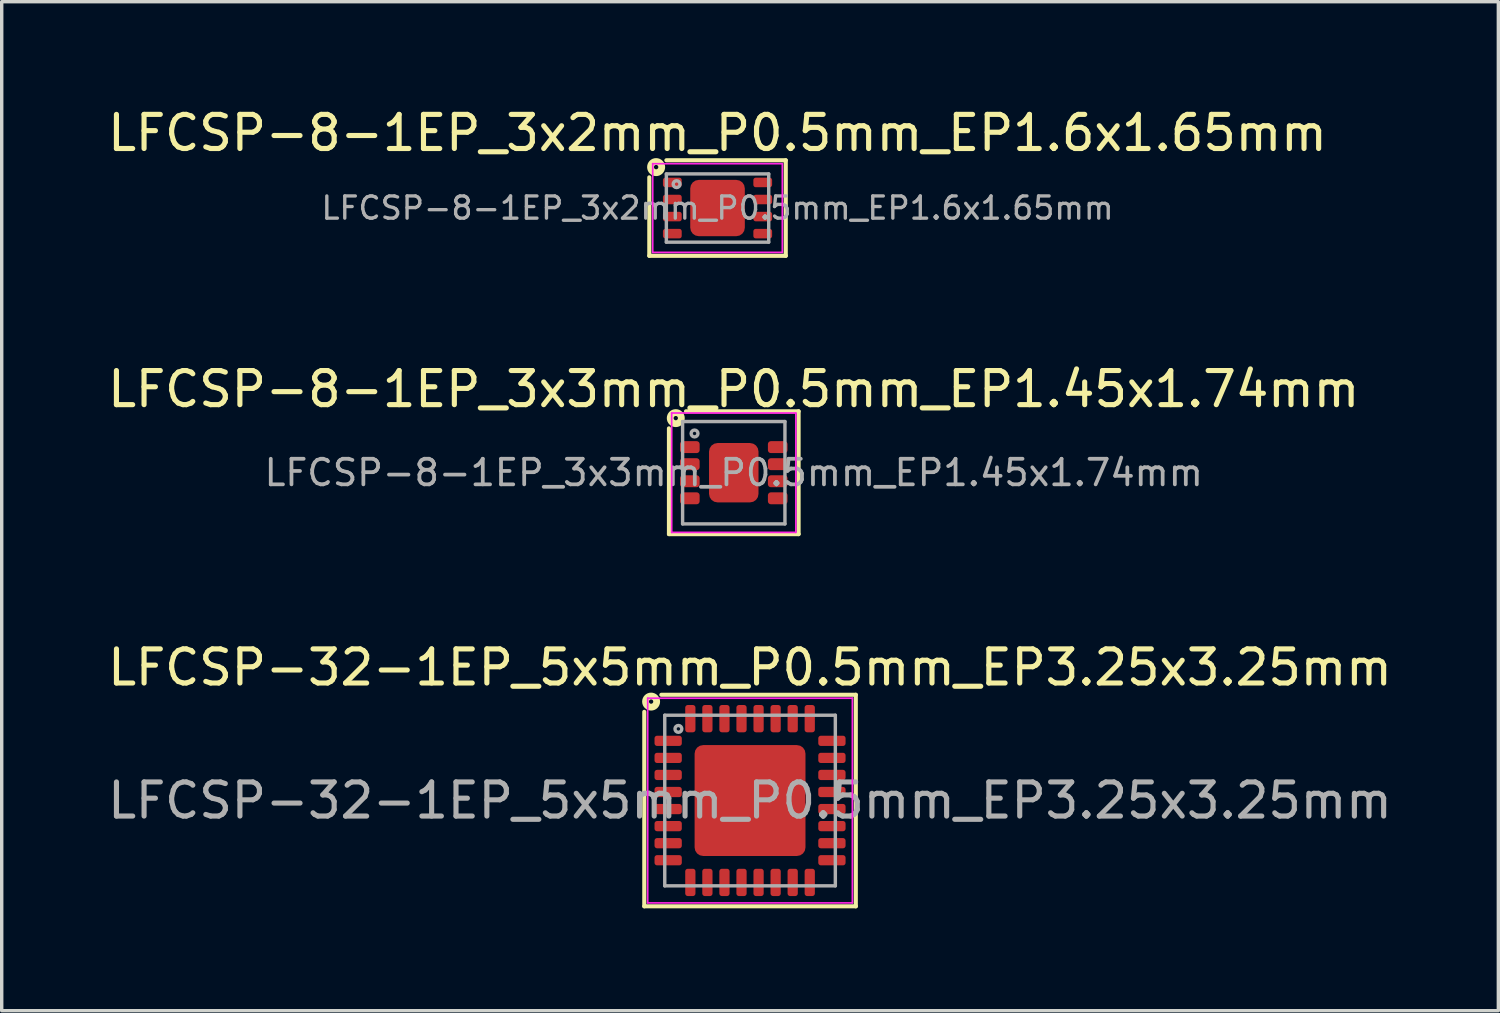
<source format=kicad_pcb>
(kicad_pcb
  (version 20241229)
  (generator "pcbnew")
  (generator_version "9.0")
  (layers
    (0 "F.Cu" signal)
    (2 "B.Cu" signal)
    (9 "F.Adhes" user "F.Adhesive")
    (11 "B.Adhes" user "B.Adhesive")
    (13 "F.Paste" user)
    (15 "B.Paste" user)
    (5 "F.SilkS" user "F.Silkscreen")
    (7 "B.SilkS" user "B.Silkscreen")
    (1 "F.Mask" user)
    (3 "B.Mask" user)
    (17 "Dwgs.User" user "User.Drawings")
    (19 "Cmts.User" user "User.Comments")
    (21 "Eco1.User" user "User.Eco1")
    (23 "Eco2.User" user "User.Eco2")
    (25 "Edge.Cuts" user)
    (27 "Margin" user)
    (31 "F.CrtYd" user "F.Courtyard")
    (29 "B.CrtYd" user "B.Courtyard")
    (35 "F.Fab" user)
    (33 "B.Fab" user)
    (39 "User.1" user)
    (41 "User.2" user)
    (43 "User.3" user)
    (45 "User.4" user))
  (footprint "LFCSP-8-1EP_3x3mm_P0.5mm_EP1.45x1.74mm"
    (layer "F.Cu")
    (at 18.458 10.806)
    (property "Reference" "LFCSP-8-1EP_3x3mm_P0.5mm_EP1.45x1.74mm" (at 0 -2.45 0) (layer "F.SilkS") (effects (font (size 1 1) (thickness 0.15))))
    (attr smd)
    (fp_line (start -1.9 1.8) (end -1.9 -1.3) (stroke (width 0.12) (type solid)) (layer "F.SilkS"))
    (fp_line (start 1.9 -1.8) (end -1.4 -1.8) (stroke (width 0.12) (type solid)) (layer "F.SilkS"))
    (fp_line (start 1.9 -1.8) (end 1.9 1.8) (stroke (width 0.12) (type solid)) (layer "F.SilkS"))
    (fp_line (start 1.9 1.8) (end -1.9 1.8) (stroke (width 0.12) (type solid)) (layer "F.SilkS"))
    (fp_circle (center -1.7 -1.6) (end -1.637 -1.6) (stroke (width 0.2) (type solid)) (fill no) (layer "F.SilkS"))
    (fp_line (start -1.82 -1.75) (end -1.82 1.75) (stroke (width 0.05) (type solid)) (layer "F.CrtYd"))
    (fp_line (start -1.82 1.75) (end 1.82 1.75) (stroke (width 0.05) (type solid)) (layer "F.CrtYd"))
    (fp_line (start 1.82 -1.75) (end -1.82 -1.75) (stroke (width 0.05) (type solid)) (layer "F.CrtYd"))
    (fp_line (start 1.82 1.75) (end 1.82 -1.75) (stroke (width 0.05) (type solid)) (layer "F.CrtYd"))
    (fp_line (start -1.5 -1.5) (end 1.5 -1.5) (stroke (width 0.1) (type solid)) (layer "F.Fab"))
    (fp_line (start -1.5 1.5) (end -1.5 -1.5) (stroke (width 0.1) (type solid)) (layer "F.Fab"))
    (fp_line (start 1.5 -1.5) (end 1.5 1.5) (stroke (width 0.1) (type solid)) (layer "F.Fab"))
    (fp_line (start 1.5 1.5) (end -1.5 1.5) (stroke (width 0.1) (type solid)) (layer "F.Fab"))
    (fp_circle (center -1.15 -1.15) (end -1.05 -1.15) (stroke (width 0.1) (type solid)) (fill no) (layer "F.Fab"))
    (fp_text user "${REFERENCE}" (at 0 0 0) (layer "F.Fab") (effects (font (size 0.75 0.75) (thickness 0.11))))
    (pad "" smd roundrect (at -0.365 -0.435) (size 0.58 0.7) (layers "F.Paste") (roundrect_rratio 0.25))
    (pad "" smd roundrect (at -0.365 0.435) (size 0.58 0.7) (layers "F.Paste") (roundrect_rratio 0.25))
    (pad "" smd roundrect (at 0.365 -0.435) (size 0.58 0.7) (layers "F.Paste") (roundrect_rratio 0.25))
    (pad "" smd roundrect (at 0.365 0.435) (size 0.58 0.7) (layers "F.Paste") (roundrect_rratio 0.25))
    (pad "1" smd roundrect (at -1.288 -0.75) (size 0.575 0.35) (layers "F.Cu" "F.Mask" "F.Paste") (roundrect_rratio 0.25))
    (pad "2" smd roundrect (at -1.288 -0.25) (size 0.575 0.35) (layers "F.Cu" "F.Mask" "F.Paste") (roundrect_rratio 0.25))
    (pad "3" smd roundrect (at -1.288 0.25) (size 0.575 0.35) (layers "F.Cu" "F.Mask" "F.Paste") (roundrect_rratio 0.25))
    (pad "4" smd roundrect (at -1.288 0.75) (size 0.575 0.35) (layers "F.Cu" "F.Mask" "F.Paste") (roundrect_rratio 0.25))
    (pad "5" smd roundrect (at 1.288 0.75) (size 0.575 0.35) (layers "F.Cu" "F.Mask" "F.Paste") (roundrect_rratio 0.25))
    (pad "6" smd roundrect (at 1.288 0.25) (size 0.575 0.35) (layers "F.Cu" "F.Mask" "F.Paste") (roundrect_rratio 0.25))
    (pad "7" smd roundrect (at 1.288 -0.25) (size 0.575 0.35) (layers "F.Cu" "F.Mask" "F.Paste") (roundrect_rratio 0.25))
    (pad "8" smd roundrect (at 1.288 -0.75) (size 0.575 0.35) (layers "F.Cu" "F.Mask" "F.Paste") (roundrect_rratio 0.25))
    (pad "9" smd roundrect (at 0 0) (size 1.45 1.74) (layers "F.Cu" "F.Mask") (roundrect_rratio 0.172)))
  (footprint "LFCSP-32-1EP_5x5mm_P0.5mm_EP3.25x3.25mm"
    (layer "F.Cu")
    (at 18.935 20.415)
    (property "Reference" "LFCSP-32-1EP_5x5mm_P0.5mm_EP3.25x3.25mm" (at 0 -3.9 0) (layer "F.SilkS") (effects (font (size 1 1) (thickness 0.15))))
    (attr smd)
    (fp_line (start -3.1 3.1) (end -3.1 -2.6) (stroke (width 0.12) (type solid)) (layer "F.SilkS"))
    (fp_line (start 3.1 -3.1) (end -2.6 -3.1) (stroke (width 0.12) (type solid)) (layer "F.SilkS"))
    (fp_line (start 3.1 -3.1) (end 3.1 3.1) (stroke (width 0.12) (type solid)) (layer "F.SilkS"))
    (fp_line (start 3.1 3.1) (end -3.1 3.1) (stroke (width 0.12) (type solid)) (layer "F.SilkS"))
    (fp_circle (center -2.9 -2.9) (end -2.837 -2.9) (stroke (width 0.2) (type solid)) (fill no) (layer "F.SilkS"))
    (fp_line (start -3 -3) (end -3 3) (stroke (width 0.05) (type solid)) (layer "F.CrtYd"))
    (fp_line (start -3 -3) (end 3 -3) (stroke (width 0.05) (type solid)) (layer "F.CrtYd"))
    (fp_line (start -3 3) (end 3 3) (stroke (width 0.05) (type solid)) (layer "F.CrtYd"))
    (fp_line (start 3 -3) (end 3 3) (stroke (width 0.05) (type solid)) (layer "F.CrtYd"))
    (fp_line (start -2.5 -2.5) (end 2.5 -2.5) (stroke (width 0.1) (type solid)) (layer "F.Fab"))
    (fp_line (start -2.5 2.5) (end -2.5 -2.5) (stroke (width 0.1) (type solid)) (layer "F.Fab"))
    (fp_line (start 2.5 -2.5) (end 2.5 2.5) (stroke (width 0.1) (type solid)) (layer "F.Fab"))
    (fp_line (start 2.5 2.5) (end -2.5 2.5) (stroke (width 0.1) (type solid)) (layer "F.Fab"))
    (fp_circle (center -2.1 -2.1) (end -2 -2.1) (stroke (width 0.1) (type solid)) (fill no) (layer "F.Fab"))
    (fp_text user "${REFERENCE}" (at 0 0 0) (layer "F.Fab") (effects (font (size 1 1) (thickness 0.15))))
    (pad "" smd roundrect (at -0.8 -0.8) (size 1.3 1.3) (layers "F.Paste") (roundrect_rratio 0.192))
    (pad "" smd roundrect (at -0.8 0.8) (size 1.3 1.3) (layers "F.Paste") (roundrect_rratio 0.192))
    (pad "" smd roundrect (at 0.8 -0.8) (size 1.3 1.3) (layers "F.Paste") (roundrect_rratio 0.192))
    (pad "" smd roundrect (at 0.8 0.8) (size 1.3 1.3) (layers "F.Paste") (roundrect_rratio 0.192))
    (pad "1" smd roundrect (at -2.4 -1.75) (size 0.8 0.3) (layers "F.Cu" "F.Mask" "F.Paste") (roundrect_rratio 0.25))
    (pad "2" smd roundrect (at -2.4 -1.25) (size 0.8 0.3) (layers "F.Cu" "F.Mask" "F.Paste") (roundrect_rratio 0.25))
    (pad "3" smd roundrect (at -2.4 -0.75) (size 0.8 0.3) (layers "F.Cu" "F.Mask" "F.Paste") (roundrect_rratio 0.25))
    (pad "4" smd roundrect (at -2.4 -0.25) (size 0.8 0.3) (layers "F.Cu" "F.Mask" "F.Paste") (roundrect_rratio 0.25))
    (pad "5" smd roundrect (at -2.4 0.25) (size 0.8 0.3) (layers "F.Cu" "F.Mask" "F.Paste") (roundrect_rratio 0.25))
    (pad "6" smd roundrect (at -2.4 0.75) (size 0.8 0.3) (layers "F.Cu" "F.Mask" "F.Paste") (roundrect_rratio 0.25))
    (pad "7" smd roundrect (at -2.4 1.25) (size 0.8 0.3) (layers "F.Cu" "F.Mask" "F.Paste") (roundrect_rratio 0.25))
    (pad "8" smd roundrect (at -2.4 1.75) (size 0.8 0.3) (layers "F.Cu" "F.Mask" "F.Paste") (roundrect_rratio 0.25))
    (pad "9" smd roundrect (at -1.75 2.4 90) (size 0.8 0.3) (layers "F.Cu" "F.Mask" "F.Paste") (roundrect_rratio 0.25))
    (pad "10" smd roundrect (at -1.25 2.4 90) (size 0.8 0.3) (layers "F.Cu" "F.Mask" "F.Paste") (roundrect_rratio 0.25))
    (pad "11" smd roundrect (at -0.75 2.4 90) (size 0.8 0.3) (layers "F.Cu" "F.Mask" "F.Paste") (roundrect_rratio 0.25))
    (pad "12" smd roundrect (at -0.25 2.4 90) (size 0.8 0.3) (layers "F.Cu" "F.Mask" "F.Paste") (roundrect_rratio 0.25))
    (pad "13" smd roundrect (at 0.25 2.4 90) (size 0.8 0.3) (layers "F.Cu" "F.Mask" "F.Paste") (roundrect_rratio 0.25))
    (pad "14" smd roundrect (at 0.75 2.4 90) (size 0.8 0.3) (layers "F.Cu" "F.Mask" "F.Paste") (roundrect_rratio 0.25))
    (pad "15" smd roundrect (at 1.25 2.4 90) (size 0.8 0.3) (layers "F.Cu" "F.Mask" "F.Paste") (roundrect_rratio 0.25))
    (pad "16" smd roundrect (at 1.75 2.4 90) (size 0.8 0.3) (layers "F.Cu" "F.Mask" "F.Paste") (roundrect_rratio 0.25))
    (pad "17" smd roundrect (at 2.4 1.75) (size 0.8 0.3) (layers "F.Cu" "F.Mask" "F.Paste") (roundrect_rratio 0.25))
    (pad "18" smd roundrect (at 2.4 1.25) (size 0.8 0.3) (layers "F.Cu" "F.Mask" "F.Paste") (roundrect_rratio 0.25))
    (pad "19" smd roundrect (at 2.4 0.75) (size 0.8 0.3) (layers "F.Cu" "F.Mask" "F.Paste") (roundrect_rratio 0.25))
    (pad "20" smd roundrect (at 2.4 0.25) (size 0.8 0.3) (layers "F.Cu" "F.Mask" "F.Paste") (roundrect_rratio 0.25))
    (pad "21" smd roundrect (at 2.4 -0.25) (size 0.8 0.3) (layers "F.Cu" "F.Mask" "F.Paste") (roundrect_rratio 0.25))
    (pad "22" smd roundrect (at 2.4 -0.75) (size 0.8 0.3) (layers "F.Cu" "F.Mask" "F.Paste") (roundrect_rratio 0.25))
    (pad "23" smd roundrect (at 2.4 -1.25) (size 0.8 0.3) (layers "F.Cu" "F.Mask" "F.Paste") (roundrect_rratio 0.25))
    (pad "24" smd roundrect (at 2.4 -1.75) (size 0.8 0.3) (layers "F.Cu" "F.Mask" "F.Paste") (roundrect_rratio 0.25))
    (pad "25" smd roundrect (at 1.75 -2.4 90) (size 0.8 0.3) (layers "F.Cu" "F.Mask" "F.Paste") (roundrect_rratio 0.25))
    (pad "26" smd roundrect (at 1.25 -2.4 90) (size 0.8 0.3) (layers "F.Cu" "F.Mask" "F.Paste") (roundrect_rratio 0.25))
    (pad "27" smd roundrect (at 0.75 -2.4 90) (size 0.8 0.3) (layers "F.Cu" "F.Mask" "F.Paste") (roundrect_rratio 0.25))
    (pad "28" smd roundrect (at 0.25 -2.4 90) (size 0.8 0.3) (layers "F.Cu" "F.Mask" "F.Paste") (roundrect_rratio 0.25))
    (pad "29" smd roundrect (at -0.25 -2.4 90) (size 0.8 0.3) (layers "F.Cu" "F.Mask" "F.Paste") (roundrect_rratio 0.25))
    (pad "30" smd roundrect (at -0.75 -2.4 90) (size 0.8 0.3) (layers "F.Cu" "F.Mask" "F.Paste") (roundrect_rratio 0.25))
    (pad "31" smd roundrect (at -1.25 -2.4 90) (size 0.8 0.3) (layers "F.Cu" "F.Mask" "F.Paste") (roundrect_rratio 0.25))
    (pad "32" smd roundrect (at -1.75 -2.4 90) (size 0.8 0.3) (layers "F.Cu" "F.Mask" "F.Paste") (roundrect_rratio 0.25))
    (pad "33" smd roundrect (at 0 0) (size 3.25 3.25) (layers "F.Cu" "F.Mask") (roundrect_rratio 0.077)))
  (footprint "LFCSP-8-1EP_3x2mm_P0.5mm_EP1.6x1.65mm"
    (layer "F.Cu")
    (at 17.982 3.048)
    (property "Reference" "LFCSP-8-1EP_3x2mm_P0.5mm_EP1.6x1.65mm" (at 0 -2.2 0) (layer "F.SilkS") (effects (font (size 1 1) (thickness 0.15))))
    (attr smd)
    (fp_line (start -2 1.4) (end -2 -0.9) (stroke (width 0.12) (type solid)) (layer "F.SilkS"))
    (fp_line (start -1.5 -1.4) (end 2 -1.4) (stroke (width 0.12) (type solid)) (layer "F.SilkS"))
    (fp_line (start 2 -1.4) (end 2 1.4) (stroke (width 0.12) (type solid)) (layer "F.SilkS"))
    (fp_line (start 2 1.4) (end -2 1.4) (stroke (width 0.12) (type solid)) (layer "F.SilkS"))
    (fp_circle (center -1.8 -1.2) (end -1.736 -1.2) (stroke (width 0.2) (type solid)) (fill no) (layer "F.SilkS"))
    (fp_line (start -1.9 -1.3) (end 1.9 -1.3) (stroke (width 0.05) (type solid)) (layer "F.CrtYd"))
    (fp_line (start -1.9 1.3) (end -1.9 -1.3) (stroke (width 0.05) (type solid)) (layer "F.CrtYd"))
    (fp_line (start 1.9 -1.3) (end 1.9 1.3) (stroke (width 0.05) (type solid)) (layer "F.CrtYd"))
    (fp_line (start 1.9 1.3) (end -1.9 1.3) (stroke (width 0.05) (type solid)) (layer "F.CrtYd"))
    (fp_line (start -1.5 -1) (end -1.5 1) (stroke (width 0.1) (type solid)) (layer "F.Fab"))
    (fp_line (start -1.5 -1) (end 1.5 -1) (stroke (width 0.1) (type solid)) (layer "F.Fab"))
    (fp_line (start 1.5 1) (end -1.5 1) (stroke (width 0.1) (type solid)) (layer "F.Fab"))
    (fp_line (start 1.5 1) (end 1.5 -1) (stroke (width 0.1) (type solid)) (layer "F.Fab"))
    (fp_circle (center -1.2 -0.7) (end -1.1 -0.7) (stroke (width 0.1) (type solid)) (fill no) (layer "F.Fab"))
    (fp_text user "${REFERENCE}" (at 0 0 180) (layer "F.Fab") (effects (font (size 0.65 0.65) (thickness 0.098))))
    (pad "" smd roundrect (at 0 0) (size 1.35 1.4) (layers "F.Paste") (roundrect_rratio 0.156))
    (pad "1" smd roundrect (at -1.325 -0.75) (size 0.55 0.28) (layers "F.Cu" "F.Mask" "F.Paste") (roundrect_rratio 0.25))
    (pad "2" smd roundrect (at -1.325 -0.25) (size 0.55 0.28) (layers "F.Cu" "F.Mask" "F.Paste") (roundrect_rratio 0.25))
    (pad "3" smd roundrect (at -1.325 0.25) (size 0.55 0.28) (layers "F.Cu" "F.Mask" "F.Paste") (roundrect_rratio 0.25))
    (pad "4" smd roundrect (at -1.325 0.75) (size 0.55 0.28) (layers "F.Cu" "F.Mask" "F.Paste") (roundrect_rratio 0.25))
    (pad "5" smd roundrect (at 1.325 0.75) (size 0.55 0.28) (layers "F.Cu" "F.Mask" "F.Paste") (roundrect_rratio 0.25))
    (pad "6" smd roundrect (at 1.325 0.25) (size 0.55 0.28) (layers "F.Cu" "F.Mask" "F.Paste") (roundrect_rratio 0.25))
    (pad "7" smd roundrect (at 1.325 -0.25) (size 0.55 0.28) (layers "F.Cu" "F.Mask" "F.Paste") (roundrect_rratio 0.25))
    (pad "8" smd roundrect (at 1.325 -0.75) (size 0.55 0.28) (layers "F.Cu" "F.Mask" "F.Paste") (roundrect_rratio 0.25))
    (pad "9" smd roundrect (at 0 0) (size 1.6 1.65) (layers "F.Cu" "F.Mask") (roundrect_rratio 0.156)))
  (gr_rect
    (start -3 -3)
    (end 40.869 26.575)
    (stroke (width 0.1) (type default))
    (fill no)
    (layer "Edge.Cuts")))
</source>
